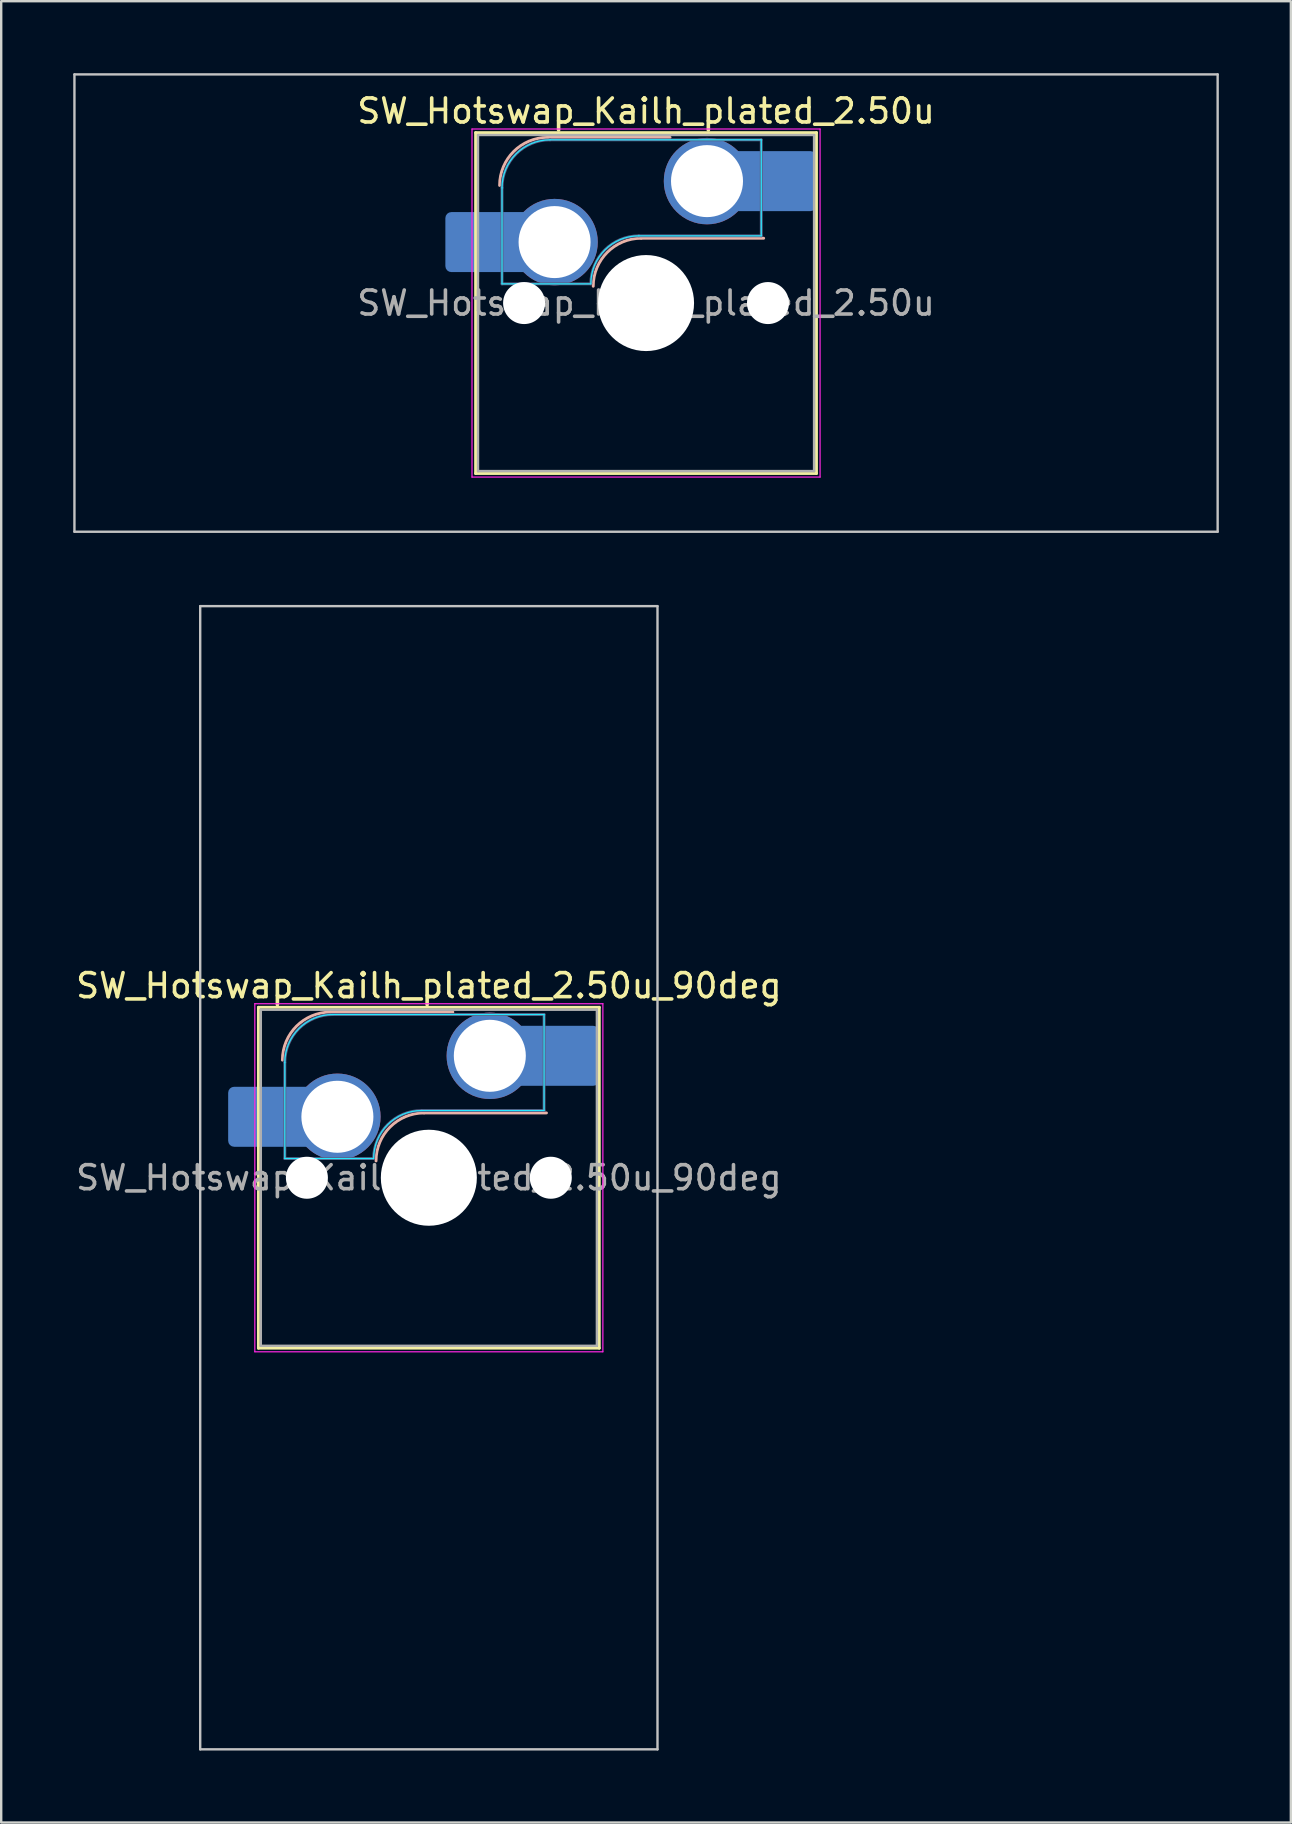
<source format=kicad_pcb>
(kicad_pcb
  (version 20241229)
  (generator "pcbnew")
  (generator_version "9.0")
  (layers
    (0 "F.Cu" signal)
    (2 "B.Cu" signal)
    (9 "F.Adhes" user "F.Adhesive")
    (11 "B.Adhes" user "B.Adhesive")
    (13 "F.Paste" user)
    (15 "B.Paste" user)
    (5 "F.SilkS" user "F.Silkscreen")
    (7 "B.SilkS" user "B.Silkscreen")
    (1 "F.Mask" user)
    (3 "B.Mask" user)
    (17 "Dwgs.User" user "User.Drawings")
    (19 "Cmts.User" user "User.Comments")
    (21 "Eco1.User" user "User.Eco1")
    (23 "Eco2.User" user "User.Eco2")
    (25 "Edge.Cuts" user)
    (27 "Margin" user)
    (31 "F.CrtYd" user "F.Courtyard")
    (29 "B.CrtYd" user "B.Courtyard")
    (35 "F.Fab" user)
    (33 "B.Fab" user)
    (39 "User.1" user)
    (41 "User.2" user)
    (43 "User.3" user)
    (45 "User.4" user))
  (footprint "SW_Hotswap_Kailh_plated_2.50u_90deg"
    (layer "F.Cu")
    (at 14.815 46.013)
    (property "Reference" "SW_Hotswap_Kailh_plated_2.50u_90deg" (at 0 -8 0) (layer "F.SilkS") (effects (font (size 1 1) (thickness 0.15))))
    (attr smd)
    (fp_line (start -7.1 -7.1) (end -7.1 7.1) (stroke (width 0.12) (type solid)) (layer "F.SilkS"))
    (fp_line (start -7.1 7.1) (end 7.1 7.1) (stroke (width 0.12) (type solid)) (layer "F.SilkS"))
    (fp_line (start 7.1 -7.1) (end -7.1 -7.1) (stroke (width 0.12) (type solid)) (layer "F.SilkS"))
    (fp_line (start 7.1 7.1) (end 7.1 -7.1) (stroke (width 0.12) (type solid)) (layer "F.SilkS"))
    (fp_line (start -4.1 -6.9) (end 1 -6.9) (stroke (width 0.12) (type solid)) (layer "B.SilkS"))
    (fp_line (start -0.2 -2.7) (end 4.9 -2.7) (stroke (width 0.12) (type solid)) (layer "B.SilkS"))
    (fp_arc (start -6.1 -4.9) (mid -5.514214 -6.314214) (end -4.1 -6.9) (stroke (width 0.12) (type solid)) (layer "B.SilkS"))
    (fp_arc (start -2.2 -0.7) (mid -1.614214 -2.114214) (end -0.2 -2.7) (stroke (width 0.12) (type solid)) (layer "B.SilkS"))
    (fp_line (start -9.525 -23.812) (end 9.525 -23.812) (stroke (width 0.1) (type solid)) (layer "Dwgs.User"))
    (fp_line (start -9.525 23.812) (end -9.525 -23.812) (stroke (width 0.1) (type solid)) (layer "Dwgs.User"))
    (fp_line (start 9.525 -23.812) (end 9.525 23.812) (stroke (width 0.1) (type solid)) (layer "Dwgs.User"))
    (fp_line (start 9.525 23.812) (end -9.525 23.812) (stroke (width 0.1) (type solid)) (layer "Dwgs.User"))
    (fp_line (start -7.8 -6) (end -7 -6) (stroke (width 0.1) (type solid)) (layer "Eco1.User"))
    (fp_line (start -7.8 -2.9) (end -7.8 -6) (stroke (width 0.1) (type solid)) (layer "Eco1.User"))
    (fp_line (start -7.8 2.9) (end -7 2.9) (stroke (width 0.1) (type solid)) (layer "Eco1.User"))
    (fp_line (start -7.8 6) (end -7.8 2.9) (stroke (width 0.1) (type solid)) (layer "Eco1.User"))
    (fp_line (start -7 -7) (end 7 -7) (stroke (width 0.1) (type solid)) (layer "Eco1.User"))
    (fp_line (start -7 -6) (end -7 -7) (stroke (width 0.1) (type solid)) (layer "Eco1.User"))
    (fp_line (start -7 -2.9) (end -7.8 -2.9) (stroke (width 0.1) (type solid)) (layer "Eco1.User"))
    (fp_line (start -7 2.9) (end -7 -2.9) (stroke (width 0.1) (type solid)) (layer "Eco1.User"))
    (fp_line (start -7 6) (end -7.8 6) (stroke (width 0.1) (type solid)) (layer "Eco1.User"))
    (fp_line (start -7 7) (end -7 6) (stroke (width 0.1) (type solid)) (layer "Eco1.User"))
    (fp_line (start 7 -7) (end 7 -6) (stroke (width 0.1) (type solid)) (layer "Eco1.User"))
    (fp_line (start 7 -6) (end 7.8 -6) (stroke (width 0.1) (type solid)) (layer "Eco1.User"))
    (fp_line (start 7 -2.9) (end 7 2.9) (stroke (width 0.1) (type solid)) (layer "Eco1.User"))
    (fp_line (start 7 2.9) (end 7.8 2.9) (stroke (width 0.1) (type solid)) (layer "Eco1.User"))
    (fp_line (start 7 6) (end 7 7) (stroke (width 0.1) (type solid)) (layer "Eco1.User"))
    (fp_line (start 7 7) (end -7 7) (stroke (width 0.1) (type solid)) (layer "Eco1.User"))
    (fp_line (start 7.8 -6) (end 7.8 -2.9) (stroke (width 0.1) (type solid)) (layer "Eco1.User"))
    (fp_line (start 7.8 -2.9) (end 7 -2.9) (stroke (width 0.1) (type solid)) (layer "Eco1.User"))
    (fp_line (start 7.8 2.9) (end 7.8 6) (stroke (width 0.1) (type solid)) (layer "Eco1.User"))
    (fp_line (start 7.8 6) (end 7 6) (stroke (width 0.1) (type solid)) (layer "Eco1.User"))
    (fp_line (start -6 -0.8) (end -6 -4.8) (stroke (width 0.05) (type solid)) (layer "B.CrtYd"))
    (fp_line (start -6 -0.8) (end -2.3 -0.8) (stroke (width 0.05) (type solid)) (layer "B.CrtYd"))
    (fp_line (start -4 -6.8) (end 4.8 -6.8) (stroke (width 0.05) (type solid)) (layer "B.CrtYd"))
    (fp_line (start -0.3 -2.8) (end 4.8 -2.8) (stroke (width 0.05) (type solid)) (layer "B.CrtYd"))
    (fp_line (start 4.8 -6.8) (end 4.8 -2.8) (stroke (width 0.05) (type solid)) (layer "B.CrtYd"))
    (fp_arc (start -6 -4.8) (mid -5.414214 -6.214214) (end -4 -6.8) (stroke (width 0.05) (type solid)) (layer "B.CrtYd"))
    (fp_arc (start -2.3 -0.8) (mid -1.714214 -2.214214) (end -0.3 -2.8) (stroke (width 0.05) (type solid)) (layer "B.CrtYd"))
    (fp_line (start -7.25 -7.25) (end -7.25 7.25) (stroke (width 0.05) (type solid)) (layer "F.CrtYd"))
    (fp_line (start -7.25 7.25) (end 7.25 7.25) (stroke (width 0.05) (type solid)) (layer "F.CrtYd"))
    (fp_line (start 7.25 -7.25) (end -7.25 -7.25) (stroke (width 0.05) (type solid)) (layer "F.CrtYd"))
    (fp_line (start 7.25 7.25) (end 7.25 -7.25) (stroke (width 0.05) (type solid)) (layer "F.CrtYd"))
    (fp_line (start -6 -0.8) (end -6 -4.8) (stroke (width 0.12) (type solid)) (layer "B.Fab"))
    (fp_line (start -6 -0.8) (end -2.3 -0.8) (stroke (width 0.12) (type solid)) (layer "B.Fab"))
    (fp_line (start -4 -6.8) (end 4.8 -6.8) (stroke (width 0.12) (type solid)) (layer "B.Fab"))
    (fp_line (start -0.3 -2.8) (end 4.8 -2.8) (stroke (width 0.12) (type solid)) (layer "B.Fab"))
    (fp_line (start 4.8 -6.8) (end 4.8 -2.8) (stroke (width 0.12) (type solid)) (layer "B.Fab"))
    (fp_arc (start -6 -4.8) (mid -5.414214 -6.214214) (end -4 -6.8) (stroke (width 0.12) (type solid)) (layer "B.Fab"))
    (fp_arc (start -2.3 -0.8) (mid -1.714214 -2.214214) (end -0.3 -2.8) (stroke (width 0.12) (type solid)) (layer "B.Fab"))
    (fp_line (start -7 -7) (end -7 7) (stroke (width 0.1) (type solid)) (layer "F.Fab"))
    (fp_line (start -7 7) (end 7 7) (stroke (width 0.1) (type solid)) (layer "F.Fab"))
    (fp_line (start 7 -7) (end -7 -7) (stroke (width 0.1) (type solid)) (layer "F.Fab"))
    (fp_line (start 7 7) (end 7 -7) (stroke (width 0.1) (type solid)) (layer "F.Fab"))
    (fp_text user "${REFERENCE}" (at 0 0 0) (layer "F.Fab") (effects (font (size 1 1) (thickness 0.15))))
    (pad "" smd roundrect (at -7.085 -2.54) (size 2.55 2.5) (layers "B.Mask" "B.Paste") (roundrect_rratio 0.1))
    (pad "" np_thru_hole circle (at -5.08 0) (size 1.75 1.75) (drill 1.75) (layers "*.Cu" "*.Mask"))
    (pad "" np_thru_hole circle (at 0 0) (size 4 4) (drill 4) (layers "*.Cu" "*.Mask"))
    (pad "" np_thru_hole circle (at 5.08 0) (size 1.75 1.75) (drill 1.75) (layers "*.Cu" "*.Mask"))
    (pad "" smd roundrect (at 5.842 -5.08) (size 2.55 2.5) (layers "B.Mask" "B.Paste") (roundrect_rratio 0.1))
    (pad "1" smd roundrect (at -6.585 -2.54) (size 3.55 2.5) (layers "B.Cu") (roundrect_rratio 0.1))
    (pad "1" thru_hole circle (at -3.81 -2.54) (size 3.6 3.6) (drill 3) (layers "*.Cu" "B.Mask"))
    (pad "2" thru_hole circle (at 2.54 -5.08) (size 3.6 3.6) (drill 3) (layers "*.Cu" "B.Mask"))
    (pad "2" smd roundrect (at 5.32 -5.08) (size 3.55 2.5) (layers "B.Cu") (roundrect_rratio 0.1)))
  (footprint "SW_Hotswap_Kailh_plated_2.50u"
    (layer "F.Cu")
    (at 23.863 9.575)
    (property "Reference" "SW_Hotswap_Kailh_plated_2.50u" (at 0 -8 0) (layer "F.SilkS") (effects (font (size 1 1) (thickness 0.15))))
    (attr smd)
    (fp_line (start -7.1 -7.1) (end -7.1 7.1) (stroke (width 0.12) (type solid)) (layer "F.SilkS"))
    (fp_line (start -7.1 7.1) (end 7.1 7.1) (stroke (width 0.12) (type solid)) (layer "F.SilkS"))
    (fp_line (start 7.1 -7.1) (end -7.1 -7.1) (stroke (width 0.12) (type solid)) (layer "F.SilkS"))
    (fp_line (start 7.1 7.1) (end 7.1 -7.1) (stroke (width 0.12) (type solid)) (layer "F.SilkS"))
    (fp_line (start -4.1 -6.9) (end 1 -6.9) (stroke (width 0.12) (type solid)) (layer "B.SilkS"))
    (fp_line (start -0.2 -2.7) (end 4.9 -2.7) (stroke (width 0.12) (type solid)) (layer "B.SilkS"))
    (fp_arc (start -6.1 -4.9) (mid -5.514214 -6.314214) (end -4.1 -6.9) (stroke (width 0.12) (type solid)) (layer "B.SilkS"))
    (fp_arc (start -2.2 -0.7) (mid -1.614214 -2.114214) (end -0.2 -2.7) (stroke (width 0.12) (type solid)) (layer "B.SilkS"))
    (fp_line (start -23.812 -9.525) (end -23.812 9.525) (stroke (width 0.1) (type solid)) (layer "Dwgs.User"))
    (fp_line (start -23.812 9.525) (end 23.812 9.525) (stroke (width 0.1) (type solid)) (layer "Dwgs.User"))
    (fp_line (start 23.812 -9.525) (end -23.812 -9.525) (stroke (width 0.1) (type solid)) (layer "Dwgs.User"))
    (fp_line (start 23.812 9.525) (end 23.812 -9.525) (stroke (width 0.1) (type solid)) (layer "Dwgs.User"))
    (fp_line (start -7.8 -6) (end -7 -6) (stroke (width 0.1) (type solid)) (layer "Eco1.User"))
    (fp_line (start -7.8 -2.9) (end -7.8 -6) (stroke (width 0.1) (type solid)) (layer "Eco1.User"))
    (fp_line (start -7.8 2.9) (end -7 2.9) (stroke (width 0.1) (type solid)) (layer "Eco1.User"))
    (fp_line (start -7.8 6) (end -7.8 2.9) (stroke (width 0.1) (type solid)) (layer "Eco1.User"))
    (fp_line (start -7 -7) (end 7 -7) (stroke (width 0.1) (type solid)) (layer "Eco1.User"))
    (fp_line (start -7 -6) (end -7 -7) (stroke (width 0.1) (type solid)) (layer "Eco1.User"))
    (fp_line (start -7 -2.9) (end -7.8 -2.9) (stroke (width 0.1) (type solid)) (layer "Eco1.User"))
    (fp_line (start -7 2.9) (end -7 -2.9) (stroke (width 0.1) (type solid)) (layer "Eco1.User"))
    (fp_line (start -7 6) (end -7.8 6) (stroke (width 0.1) (type solid)) (layer "Eco1.User"))
    (fp_line (start -7 7) (end -7 6) (stroke (width 0.1) (type solid)) (layer "Eco1.User"))
    (fp_line (start 7 -7) (end 7 -6) (stroke (width 0.1) (type solid)) (layer "Eco1.User"))
    (fp_line (start 7 -6) (end 7.8 -6) (stroke (width 0.1) (type solid)) (layer "Eco1.User"))
    (fp_line (start 7 -2.9) (end 7 2.9) (stroke (width 0.1) (type solid)) (layer "Eco1.User"))
    (fp_line (start 7 2.9) (end 7.8 2.9) (stroke (width 0.1) (type solid)) (layer "Eco1.User"))
    (fp_line (start 7 6) (end 7 7) (stroke (width 0.1) (type solid)) (layer "Eco1.User"))
    (fp_line (start 7 7) (end -7 7) (stroke (width 0.1) (type solid)) (layer "Eco1.User"))
    (fp_line (start 7.8 -6) (end 7.8 -2.9) (stroke (width 0.1) (type solid)) (layer "Eco1.User"))
    (fp_line (start 7.8 -2.9) (end 7 -2.9) (stroke (width 0.1) (type solid)) (layer "Eco1.User"))
    (fp_line (start 7.8 2.9) (end 7.8 6) (stroke (width 0.1) (type solid)) (layer "Eco1.User"))
    (fp_line (start 7.8 6) (end 7 6) (stroke (width 0.1) (type solid)) (layer "Eco1.User"))
    (fp_line (start -6 -0.8) (end -6 -4.8) (stroke (width 0.05) (type solid)) (layer "B.CrtYd"))
    (fp_line (start -6 -0.8) (end -2.3 -0.8) (stroke (width 0.05) (type solid)) (layer "B.CrtYd"))
    (fp_line (start -4 -6.8) (end 4.8 -6.8) (stroke (width 0.05) (type solid)) (layer "B.CrtYd"))
    (fp_line (start -0.3 -2.8) (end 4.8 -2.8) (stroke (width 0.05) (type solid)) (layer "B.CrtYd"))
    (fp_line (start 4.8 -6.8) (end 4.8 -2.8) (stroke (width 0.05) (type solid)) (layer "B.CrtYd"))
    (fp_arc (start -6 -4.8) (mid -5.414214 -6.214214) (end -4 -6.8) (stroke (width 0.05) (type solid)) (layer "B.CrtYd"))
    (fp_arc (start -2.3 -0.8) (mid -1.714214 -2.214214) (end -0.3 -2.8) (stroke (width 0.05) (type solid)) (layer "B.CrtYd"))
    (fp_line (start -7.25 -7.25) (end -7.25 7.25) (stroke (width 0.05) (type solid)) (layer "F.CrtYd"))
    (fp_line (start -7.25 7.25) (end 7.25 7.25) (stroke (width 0.05) (type solid)) (layer "F.CrtYd"))
    (fp_line (start 7.25 -7.25) (end -7.25 -7.25) (stroke (width 0.05) (type solid)) (layer "F.CrtYd"))
    (fp_line (start 7.25 7.25) (end 7.25 -7.25) (stroke (width 0.05) (type solid)) (layer "F.CrtYd"))
    (fp_line (start -6 -0.8) (end -6 -4.8) (stroke (width 0.12) (type solid)) (layer "B.Fab"))
    (fp_line (start -6 -0.8) (end -2.3 -0.8) (stroke (width 0.12) (type solid)) (layer "B.Fab"))
    (fp_line (start -4 -6.8) (end 4.8 -6.8) (stroke (width 0.12) (type solid)) (layer "B.Fab"))
    (fp_line (start -0.3 -2.8) (end 4.8 -2.8) (stroke (width 0.12) (type solid)) (layer "B.Fab"))
    (fp_line (start 4.8 -6.8) (end 4.8 -2.8) (stroke (width 0.12) (type solid)) (layer "B.Fab"))
    (fp_arc (start -6 -4.8) (mid -5.414214 -6.214214) (end -4 -6.8) (stroke (width 0.12) (type solid)) (layer "B.Fab"))
    (fp_arc (start -2.3 -0.8) (mid -1.714214 -2.214214) (end -0.3 -2.8) (stroke (width 0.12) (type solid)) (layer "B.Fab"))
    (fp_line (start -7 -7) (end -7 7) (stroke (width 0.1) (type solid)) (layer "F.Fab"))
    (fp_line (start -7 7) (end 7 7) (stroke (width 0.1) (type solid)) (layer "F.Fab"))
    (fp_line (start 7 -7) (end -7 -7) (stroke (width 0.1) (type solid)) (layer "F.Fab"))
    (fp_line (start 7 7) (end 7 -7) (stroke (width 0.1) (type solid)) (layer "F.Fab"))
    (fp_text user "${REFERENCE}" (at 0 0 0) (layer "F.Fab") (effects (font (size 1 1) (thickness 0.15))))
    (pad "" smd roundrect (at -7.085 -2.54) (size 2.55 2.5) (layers "B.Mask" "B.Paste") (roundrect_rratio 0.1))
    (pad "" np_thru_hole circle (at -5.08 0) (size 1.75 1.75) (drill 1.75) (layers "*.Cu" "*.Mask"))
    (pad "" np_thru_hole circle (at 0 0) (size 4 4) (drill 4) (layers "*.Cu" "*.Mask"))
    (pad "" np_thru_hole circle (at 5.08 0) (size 1.75 1.75) (drill 1.75) (layers "*.Cu" "*.Mask"))
    (pad "" smd roundrect (at 5.842 -5.08) (size 2.55 2.5) (layers "B.Mask" "B.Paste") (roundrect_rratio 0.1))
    (pad "1" smd roundrect (at -6.585 -2.54) (size 3.55 2.5) (layers "B.Cu") (roundrect_rratio 0.1))
    (pad "1" thru_hole circle (at -3.81 -2.54) (size 3.6 3.6) (drill 3) (layers "*.Cu" "B.Mask"))
    (pad "2" thru_hole circle (at 2.54 -5.08) (size 3.6 3.6) (drill 3) (layers "*.Cu" "B.Mask"))
    (pad "2" smd roundrect (at 5.32 -5.08) (size 3.55 2.5) (layers "B.Cu") (roundrect_rratio 0.1)))
  (gr_rect
    (start -3 -3)
    (end 50.725 72.875)
    (stroke (width 0.1) (type default))
    (fill no)
    (layer "Edge.Cuts")))
</source>
